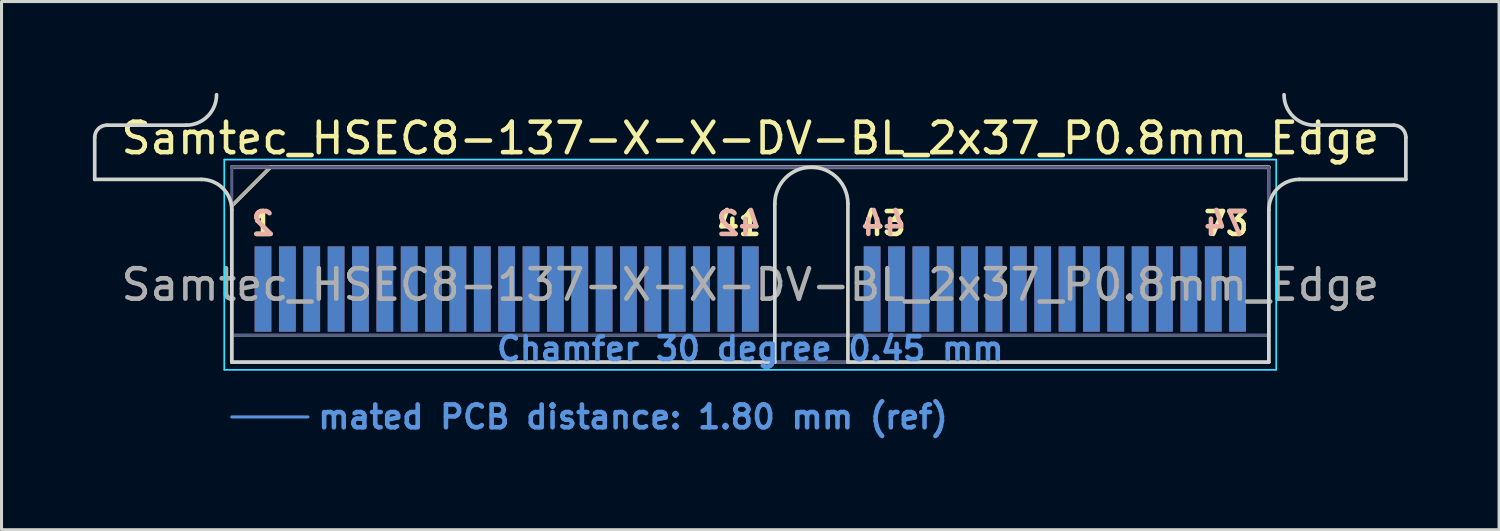
<source format=kicad_pcb>
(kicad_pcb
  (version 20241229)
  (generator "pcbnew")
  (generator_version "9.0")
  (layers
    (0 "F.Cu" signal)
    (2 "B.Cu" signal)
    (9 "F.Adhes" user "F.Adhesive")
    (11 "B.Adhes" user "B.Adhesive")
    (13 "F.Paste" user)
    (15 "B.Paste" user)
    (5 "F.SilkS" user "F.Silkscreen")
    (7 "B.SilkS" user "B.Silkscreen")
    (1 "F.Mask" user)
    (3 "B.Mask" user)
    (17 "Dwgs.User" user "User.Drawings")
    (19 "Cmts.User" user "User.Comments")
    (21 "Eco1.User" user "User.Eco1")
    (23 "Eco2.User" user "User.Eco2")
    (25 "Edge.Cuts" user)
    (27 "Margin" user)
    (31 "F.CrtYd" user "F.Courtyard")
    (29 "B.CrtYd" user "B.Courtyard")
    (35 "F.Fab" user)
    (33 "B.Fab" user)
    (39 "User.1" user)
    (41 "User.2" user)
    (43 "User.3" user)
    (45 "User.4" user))
  (footprint "Samtec_HSEC8-137-X-X-DV-BL_2x37_P0.8mm_Edge"
    (layer "F.Cu")
    (at 21.585 8.84)
    (property "Reference" "Samtec_HSEC8-137-X-X-DV-BL_2x37_P0.8mm_Edge" (at 0 -7.35 0) (layer "F.SilkS") (effects (font (size 1 1) (thickness 0.15))))
    (attr exclude_from_pos_files exclude_from_bom)
    (fp_line (start -17.025 -5.13) (end -15.755 -6.4) (stroke (width 0.12) (type solid)) (layer "F.SilkS"))
    (fp_line (start -15.755 -6.4) (end 17.025 -6.4) (stroke (width 0.12) (type solid)) (layer "F.SilkS"))
    (fp_line (start -17.025 -6.4) (end -17.025 -6.4) (stroke (width 0.12) (type solid)) (layer "B.SilkS"))
    (fp_line (start -17.025 -6.4) (end 17.025 -6.4) (stroke (width 0.12) (type solid)) (layer "B.SilkS"))
    (fp_line (start -17.025 1.8) (end -14.525 1.8) (stroke (width 0.1) (type solid)) (layer "Cmts.User"))
    (fp_line (start -21.525 -6) (end -21.525 -7.38) (stroke (width 0.12) (type solid)) (layer "Edge.Cuts"))
    (fp_line (start -21.125 -7.78) (end -18.525 -7.78) (stroke (width 0.12) (type solid)) (layer "Edge.Cuts"))
    (fp_line (start -18.025 -6) (end -21.525 -6) (stroke (width 0.12) (type solid)) (layer "Edge.Cuts"))
    (fp_line (start -17.025 -5) (end -17.025 0) (stroke (width 0.12) (type solid)) (layer "Edge.Cuts"))
    (fp_line (start -17.025 0) (end 0.805 0) (stroke (width 0.12) (type solid)) (layer "Edge.Cuts"))
    (fp_line (start 0.805 0) (end 0.805 -5.2) (stroke (width 0.12) (type solid)) (layer "Edge.Cuts"))
    (fp_line (start 3.205 -5.2) (end 3.205 0) (stroke (width 0.12) (type solid)) (layer "Edge.Cuts"))
    (fp_line (start 3.205 0) (end 17.025 0) (stroke (width 0.12) (type solid)) (layer "Edge.Cuts"))
    (fp_line (start 17.025 0) (end 17.025 -5) (stroke (width 0.12) (type solid)) (layer "Edge.Cuts"))
    (fp_line (start 18.025 -6) (end 21.525 -6) (stroke (width 0.12) (type solid)) (layer "Edge.Cuts"))
    (fp_line (start 21.125 -7.78) (end 18.525 -7.78) (stroke (width 0.12) (type solid)) (layer "Edge.Cuts"))
    (fp_line (start 21.525 -6) (end 21.525 -7.38) (stroke (width 0.12) (type solid)) (layer "Edge.Cuts"))
    (fp_arc (start -21.525 -7.38) (mid -21.407843 -7.662843) (end -21.125 -7.78) (stroke (width 0.12) (type solid)) (layer "Edge.Cuts"))
    (fp_arc (start -18.025 -6) (mid -17.317893 -5.707107) (end -17.025 -5) (stroke (width 0.12) (type solid)) (layer "Edge.Cuts"))
    (fp_arc (start -17.525 -8.78) (mid -17.817893 -8.072893) (end -18.525 -7.78) (stroke (width 0.12) (type solid)) (layer "Edge.Cuts"))
    (fp_arc (start 0.805 -5.2) (mid 2.005 -6.4) (end 3.205 -5.2) (stroke (width 0.12) (type solid)) (layer "Edge.Cuts"))
    (fp_arc (start 17.025 -5) (mid 17.317893 -5.707107) (end 18.025 -6) (stroke (width 0.12) (type solid)) (layer "Edge.Cuts"))
    (fp_arc (start 18.525 -7.78) (mid 17.817893 -8.072893) (end 17.525 -8.78) (stroke (width 0.12) (type solid)) (layer "Edge.Cuts"))
    (fp_arc (start 21.125 -7.78) (mid 21.407843 -7.662843) (end 21.525 -7.38) (stroke (width 0.12) (type solid)) (layer "Edge.Cuts"))
    (fp_line (start -17.27 -6.65) (end -17.27 0.25) (stroke (width 0.05) (type solid)) (layer "B.CrtYd"))
    (fp_line (start -17.27 0.25) (end 17.27 0.25) (stroke (width 0.05) (type solid)) (layer "B.CrtYd"))
    (fp_line (start 17.27 -6.65) (end -17.27 -6.65) (stroke (width 0.05) (type solid)) (layer "B.CrtYd"))
    (fp_line (start 17.27 0.25) (end 17.27 -6.65) (stroke (width 0.05) (type solid)) (layer "B.CrtYd"))
    (fp_line (start -17.27 -6.65) (end -17.27 0.25) (stroke (width 0.05) (type solid)) (layer "F.CrtYd"))
    (fp_line (start -17.27 0.25) (end 17.27 0.25) (stroke (width 0.05) (type solid)) (layer "F.CrtYd"))
    (fp_line (start 17.27 -6.65) (end -17.27 -6.65) (stroke (width 0.05) (type solid)) (layer "F.CrtYd"))
    (fp_line (start 17.27 0.25) (end 17.27 -6.65) (stroke (width 0.05) (type solid)) (layer "F.CrtYd"))
    (fp_line (start -17.025 -6.4) (end -17.025 -6.4) (stroke (width 0.1) (type solid)) (layer "B.Fab"))
    (fp_line (start -17.025 -6.4) (end -17.025 0) (stroke (width 0.1) (type solid)) (layer "B.Fab"))
    (fp_line (start -17.025 -6.4) (end 17.025 -6.4) (stroke (width 0.1) (type solid)) (layer "B.Fab"))
    (fp_line (start -17.025 -0.88) (end 17.025 -0.88) (stroke (width 0.1) (type solid)) (layer "B.Fab"))
    (fp_line (start -17.025 0) (end 17.025 0) (stroke (width 0.1) (type solid)) (layer "B.Fab"))
    (fp_line (start 17.025 -6.4) (end 17.025 0) (stroke (width 0.1) (type solid)) (layer "B.Fab"))
    (fp_line (start -17.025 -5.13) (end -17.025 0) (stroke (width 0.1) (type solid)) (layer "F.Fab"))
    (fp_line (start -17.025 -5.13) (end -15.755 -6.4) (stroke (width 0.1) (type solid)) (layer "F.Fab"))
    (fp_line (start -17.025 -0.88) (end 17.025 -0.88) (stroke (width 0.1) (type solid)) (layer "F.Fab"))
    (fp_line (start -17.025 0) (end 17.025 0) (stroke (width 0.1) (type solid)) (layer "F.Fab"))
    (fp_line (start -15.755 -6.4) (end 17.025 -6.4) (stroke (width 0.1) (type solid)) (layer "F.Fab"))
    (fp_line (start 17.025 -6.4) (end 17.025 0) (stroke (width 0.1) (type solid)) (layer "F.Fab"))
    (fp_text user "1" (at -16 -4.55 0) (layer "F.SilkS") (effects (font (size 0.75 0.75) (thickness 0.15))))
    (fp_text user "73" (at 15.625 -4.55 0) (layer "F.SilkS") (effects (font (size 0.75 0.75) (thickness 0.15))))
    (fp_text user "43" (at 4.375 -4.55 0) (layer "F.SilkS") (effects (font (size 0.75 0.75) (thickness 0.15))))
    (fp_text user "41" (at -0.375 -4.55 0) (layer "F.SilkS") (effects (font (size 0.75 0.75) (thickness 0.15))))
    (fp_text user "44" (at 4.375 -4.55 0) (layer "B.SilkS") (effects (font (size 0.75 0.75) (thickness 0.15)) (justify mirror)))
    (fp_text user "2" (at -16 -4.55 0) (layer "B.SilkS") (effects (font (size 0.75 0.75) (thickness 0.15)) (justify mirror)))
    (fp_text user "42" (at -0.375 -4.55 0) (layer "B.SilkS") (effects (font (size 0.75 0.75) (thickness 0.15)) (justify mirror)))
    (fp_text user "74" (at 15.625 -4.55 0) (layer "B.SilkS") (effects (font (size 0.75 0.75) (thickness 0.15)) (justify mirror)))
    (fp_text user "Chamfer 30 degree 0.45 mm" (at 0 -0.44 0) (layer "Cmts.User") (effects (font (size 0.75 0.75) (thickness 0.15))))
    (fp_text user "mated PCB distance: 1.80 mm (ref)" (at -14.27 1.8 0) (layer "Cmts.User") (effects (font (size 0.75 0.75) (thickness 0.15)) (justify left)))
    (fp_text user "${REFERENCE}" (at 0 -2.54 0) (layer "F.Fab") (effects (font (size 1 1) (thickness 0.15))))
    (pad "1" connect rect (at -16 -2.4) (size 0.55 2.8) (layers "F.Cu" "F.Mask"))
    (pad "2" connect rect (at -16 -2.4) (size 0.55 2.8) (layers "B.Cu" "B.Mask"))
    (pad "3" connect rect (at -15.2 -2.4) (size 0.55 2.8) (layers "F.Cu" "F.Mask"))
    (pad "4" connect rect (at -15.2 -2.4) (size 0.55 2.8) (layers "B.Cu" "B.Mask"))
    (pad "5" connect rect (at -14.4 -2.4) (size 0.55 2.8) (layers "F.Cu" "F.Mask"))
    (pad "6" connect rect (at -14.4 -2.4) (size 0.55 2.8) (layers "B.Cu" "B.Mask"))
    (pad "7" connect rect (at -13.6 -2.4) (size 0.55 2.8) (layers "F.Cu" "F.Mask"))
    (pad "8" connect rect (at -13.6 -2.4) (size 0.55 2.8) (layers "B.Cu" "B.Mask"))
    (pad "9" connect rect (at -12.8 -2.4) (size 0.55 2.8) (layers "F.Cu" "F.Mask"))
    (pad "10" connect rect (at -12.8 -2.4) (size 0.55 2.8) (layers "B.Cu" "B.Mask"))
    (pad "11" connect rect (at -12 -2.4) (size 0.55 2.8) (layers "F.Cu" "F.Mask"))
    (pad "12" connect rect (at -12 -2.4) (size 0.55 2.8) (layers "B.Cu" "B.Mask"))
    (pad "13" connect rect (at -11.2 -2.4) (size 0.55 2.8) (layers "F.Cu" "F.Mask"))
    (pad "14" connect rect (at -11.2 -2.4) (size 0.55 2.8) (layers "B.Cu" "B.Mask"))
    (pad "15" connect rect (at -10.4 -2.4) (size 0.55 2.8) (layers "F.Cu" "F.Mask"))
    (pad "16" connect rect (at -10.4 -2.4) (size 0.55 2.8) (layers "B.Cu" "B.Mask"))
    (pad "17" connect rect (at -9.6 -2.4) (size 0.55 2.8) (layers "F.Cu" "F.Mask"))
    (pad "18" connect rect (at -9.6 -2.4) (size 0.55 2.8) (layers "B.Cu" "B.Mask"))
    (pad "19" connect rect (at -8.8 -2.4) (size 0.55 2.8) (layers "F.Cu" "F.Mask"))
    (pad "20" connect rect (at -8.8 -2.4) (size 0.55 2.8) (layers "B.Cu" "B.Mask"))
    (pad "21" connect rect (at -8 -2.4) (size 0.55 2.8) (layers "F.Cu" "F.Mask"))
    (pad "22" connect rect (at -8 -2.4) (size 0.55 2.8) (layers "B.Cu" "B.Mask"))
    (pad "23" connect rect (at -7.2 -2.4) (size 0.55 2.8) (layers "F.Cu" "F.Mask"))
    (pad "24" connect rect (at -7.2 -2.4) (size 0.55 2.8) (layers "B.Cu" "B.Mask"))
    (pad "25" connect rect (at -6.4 -2.4) (size 0.55 2.8) (layers "F.Cu" "F.Mask"))
    (pad "26" connect rect (at -6.4 -2.4) (size 0.55 2.8) (layers "B.Cu" "B.Mask"))
    (pad "27" connect rect (at -5.6 -2.4) (size 0.55 2.8) (layers "F.Cu" "F.Mask"))
    (pad "28" connect rect (at -5.6 -2.4) (size 0.55 2.8) (layers "B.Cu" "B.Mask"))
    (pad "29" connect rect (at -4.8 -2.4) (size 0.55 2.8) (layers "F.Cu" "F.Mask"))
    (pad "30" connect rect (at -4.8 -2.4) (size 0.55 2.8) (layers "B.Cu" "B.Mask"))
    (pad "31" connect rect (at -4 -2.4) (size 0.55 2.8) (layers "F.Cu" "F.Mask"))
    (pad "32" connect rect (at -4 -2.4) (size 0.55 2.8) (layers "B.Cu" "B.Mask"))
    (pad "33" connect rect (at -3.2 -2.4) (size 0.55 2.8) (layers "F.Cu" "F.Mask"))
    (pad "34" connect rect (at -3.2 -2.4) (size 0.55 2.8) (layers "B.Cu" "B.Mask"))
    (pad "35" connect rect (at -2.4 -2.4) (size 0.55 2.8) (layers "F.Cu" "F.Mask"))
    (pad "36" connect rect (at -2.4 -2.4) (size 0.55 2.8) (layers "B.Cu" "B.Mask"))
    (pad "37" connect rect (at -1.6 -2.4) (size 0.55 2.8) (layers "F.Cu" "F.Mask"))
    (pad "38" connect rect (at -1.6 -2.4) (size 0.55 2.8) (layers "B.Cu" "B.Mask"))
    (pad "39" connect rect (at -0.8 -2.4) (size 0.55 2.8) (layers "F.Cu" "F.Mask"))
    (pad "40" connect rect (at -0.8 -2.4) (size 0.55 2.8) (layers "B.Cu" "B.Mask"))
    (pad "41" connect rect (at 0 -2.4) (size 0.55 2.8) (layers "F.Cu" "F.Mask"))
    (pad "42" connect rect (at 0 -2.4) (size 0.55 2.8) (layers "B.Cu" "B.Mask"))
    (pad "43" connect rect (at 4 -2.4) (size 0.55 2.8) (layers "F.Cu" "F.Mask"))
    (pad "44" connect rect (at 4 -2.4) (size 0.55 2.8) (layers "B.Cu" "B.Mask"))
    (pad "45" connect rect (at 4.8 -2.4) (size 0.55 2.8) (layers "F.Cu" "F.Mask"))
    (pad "46" connect rect (at 4.8 -2.4) (size 0.55 2.8) (layers "B.Cu" "B.Mask"))
    (pad "47" connect rect (at 5.6 -2.4) (size 0.55 2.8) (layers "F.Cu" "F.Mask"))
    (pad "48" connect rect (at 5.6 -2.4) (size 0.55 2.8) (layers "B.Cu" "B.Mask"))
    (pad "49" connect rect (at 6.4 -2.4) (size 0.55 2.8) (layers "F.Cu" "F.Mask"))
    (pad "50" connect rect (at 6.4 -2.4) (size 0.55 2.8) (layers "B.Cu" "B.Mask"))
    (pad "51" connect rect (at 7.2 -2.4) (size 0.55 2.8) (layers "F.Cu" "F.Mask"))
    (pad "52" connect rect (at 7.2 -2.4) (size 0.55 2.8) (layers "B.Cu" "B.Mask"))
    (pad "53" connect rect (at 8 -2.4) (size 0.55 2.8) (layers "F.Cu" "F.Mask"))
    (pad "54" connect rect (at 8 -2.4) (size 0.55 2.8) (layers "B.Cu" "B.Mask"))
    (pad "55" connect rect (at 8.8 -2.4) (size 0.55 2.8) (layers "F.Cu" "F.Mask"))
    (pad "56" connect rect (at 8.8 -2.4) (size 0.55 2.8) (layers "B.Cu" "B.Mask"))
    (pad "57" connect rect (at 9.6 -2.4) (size 0.55 2.8) (layers "F.Cu" "F.Mask"))
    (pad "58" connect rect (at 9.6 -2.4) (size 0.55 2.8) (layers "B.Cu" "B.Mask"))
    (pad "59" connect rect (at 10.4 -2.4) (size 0.55 2.8) (layers "F.Cu" "F.Mask"))
    (pad "60" connect rect (at 10.4 -2.4) (size 0.55 2.8) (layers "B.Cu" "B.Mask"))
    (pad "61" connect rect (at 11.2 -2.4) (size 0.55 2.8) (layers "F.Cu" "F.Mask"))
    (pad "62" connect rect (at 11.2 -2.4) (size 0.55 2.8) (layers "B.Cu" "B.Mask"))
    (pad "63" connect rect (at 12 -2.4) (size 0.55 2.8) (layers "F.Cu" "F.Mask"))
    (pad "64" connect rect (at 12 -2.4) (size 0.55 2.8) (layers "B.Cu" "B.Mask"))
    (pad "65" connect rect (at 12.8 -2.4) (size 0.55 2.8) (layers "F.Cu" "F.Mask"))
    (pad "66" connect rect (at 12.8 -2.4) (size 0.55 2.8) (layers "B.Cu" "B.Mask"))
    (pad "67" connect rect (at 13.6 -2.4) (size 0.55 2.8) (layers "F.Cu" "F.Mask"))
    (pad "68" connect rect (at 13.6 -2.4) (size 0.55 2.8) (layers "B.Cu" "B.Mask"))
    (pad "69" connect rect (at 14.4 -2.4) (size 0.55 2.8) (layers "F.Cu" "F.Mask"))
    (pad "70" connect rect (at 14.4 -2.4) (size 0.55 2.8) (layers "B.Cu" "B.Mask"))
    (pad "71" connect rect (at 15.2 -2.4) (size 0.55 2.8) (layers "F.Cu" "F.Mask"))
    (pad "72" connect rect (at 15.2 -2.4) (size 0.55 2.8) (layers "B.Cu" "B.Mask"))
    (pad "73" connect rect (at 16 -2.4) (size 0.55 2.8) (layers "F.Cu" "F.Mask"))
    (pad "74" connect rect (at 16 -2.4) (size 0.55 2.8) (layers "B.Cu" "B.Mask")))
  (gr_rect
    (start -3 -3)
    (end 46.17 14.342)
    (stroke (width 0.1) (type default))
    (fill no)
    (layer "Edge.Cuts")))
</source>
